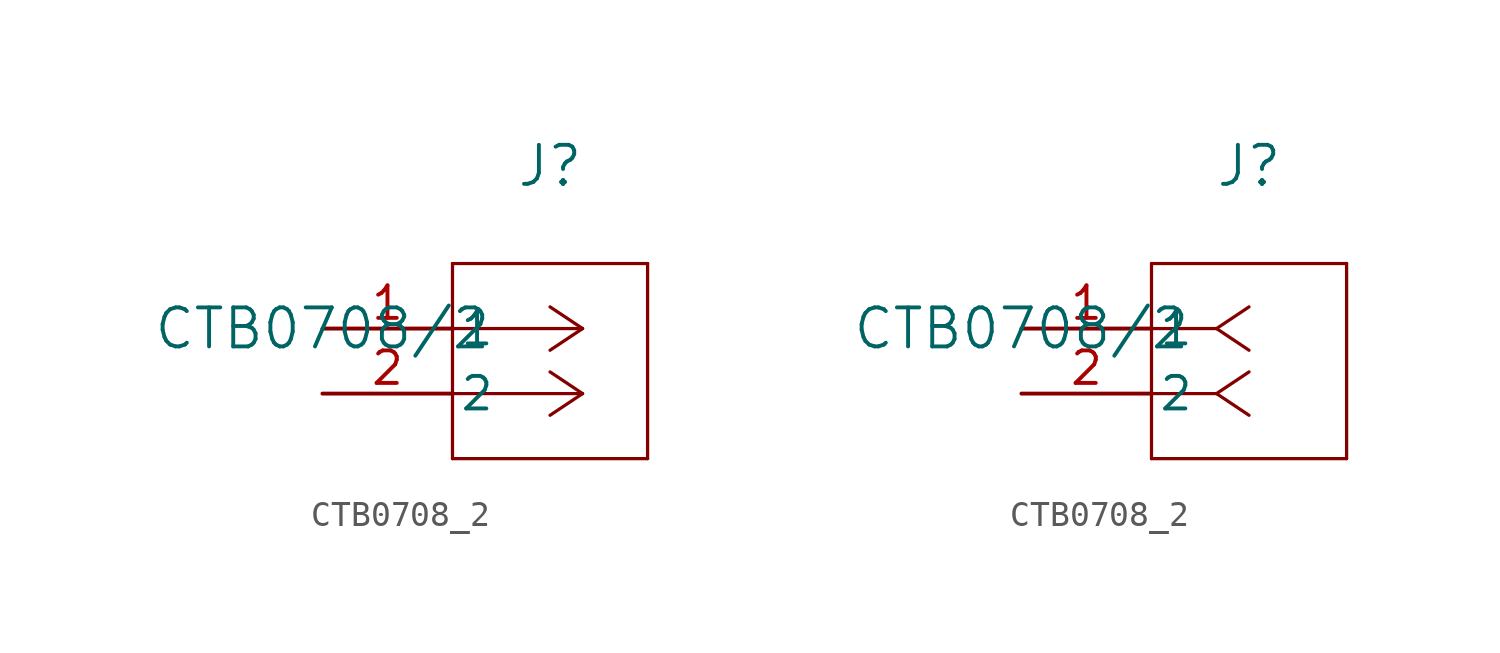
<source format=kicad_sym>
(kicad_symbol_lib
  (version 20211014)
  (generator kicad_symbol_editor)
  (symbol "CTB0708_2"
    (pin_names
      (offset 0.254))
    (property "Reference" "J"
      (at 8.89 6.35 0)
      (effects (font (size 1.524 1.524))))
    (property "Value" "CTB0708/2"
      (at 0 0 0)
      (effects (font (size 1.524 1.524))))
    (symbol "CTB0708_2_1_1"
      (polyline (pts (xy 10.16 0) (xy 5.08 0)) (stroke (width 0.127) (type default) (color 0 0 0 0)) (fill (type none)))
      (polyline (pts (xy 10.16 -2.54) (xy 5.08 -2.54)) (stroke (width 0.127) (type default) (color 0 0 0 0)) (fill (type none)))
      (polyline (pts (xy 10.16 0) (xy 8.89 0.847)) (stroke (width 0.127) (type default) (color 0 0 0 0)) (fill (type none)))
      (polyline (pts (xy 10.16 -2.54) (xy 8.89 -1.693)) (stroke (width 0.127) (type default) (color 0 0 0 0)) (fill (type none)))
      (polyline (pts (xy 10.16 0) (xy 8.89 -0.847)) (stroke (width 0.127) (type default) (color 0 0 0 0)) (fill (type none)))
      (polyline (pts (xy 10.16 -2.54) (xy 8.89 -3.387)) (stroke (width 0.127) (type default) (color 0 0 0 0)) (fill (type none)))
      (polyline (pts (xy 5.08 2.54) (xy 5.08 -5.08)) (stroke (width 0.127) (type default) (color 0 0 0 0)) (fill (type none)))
      (polyline (pts (xy 5.08 -5.08) (xy 12.7 -5.08)) (stroke (width 0.127) (type default) (color 0 0 0 0)) (fill (type none)))
      (polyline (pts (xy 12.7 -5.08) (xy 12.7 2.54)) (stroke (width 0.127) (type default) (color 0 0 0 0)) (fill (type none)))
      (polyline (pts (xy 12.7 2.54) (xy 5.08 2.54)) (stroke (width 0.127) (type default) (color 0 0 0 0)) (fill (type none)))
      (pin unspecified line (at 0 0 0) (length 5.08) (name "1" (effects (font (size 1.27 1.27)))) (number "1" (effects (font (size 1.27 1.27)))))
      (pin unspecified line (at 0 -2.54 0) (length 5.08) (name "2" (effects (font (size 1.27 1.27)))) (number "2" (effects (font (size 1.27 1.27))))))
    (symbol "CTB0708_2_1_2"
      (polyline (pts (xy 7.62 0) (xy 5.08 0)) (stroke (width 0.127) (type default) (color 0 0 0 0)) (fill (type none)))
      (polyline (pts (xy 7.62 -2.54) (xy 5.08 -2.54)) (stroke (width 0.127) (type default) (color 0 0 0 0)) (fill (type none)))
      (polyline (pts (xy 7.62 0) (xy 8.89 0.847)) (stroke (width 0.127) (type default) (color 0 0 0 0)) (fill (type none)))
      (polyline (pts (xy 7.62 -2.54) (xy 8.89 -1.693)) (stroke (width 0.127) (type default) (color 0 0 0 0)) (fill (type none)))
      (polyline (pts (xy 7.62 0) (xy 8.89 -0.847)) (stroke (width 0.127) (type default) (color 0 0 0 0)) (fill (type none)))
      (polyline (pts (xy 7.62 -2.54) (xy 8.89 -3.387)) (stroke (width 0.127) (type default) (color 0 0 0 0)) (fill (type none)))
      (polyline (pts (xy 5.08 2.54) (xy 5.08 -5.08)) (stroke (width 0.127) (type default) (color 0 0 0 0)) (fill (type none)))
      (polyline (pts (xy 5.08 -5.08) (xy 12.7 -5.08)) (stroke (width 0.127) (type default) (color 0 0 0 0)) (fill (type none)))
      (polyline (pts (xy 12.7 -5.08) (xy 12.7 2.54)) (stroke (width 0.127) (type default) (color 0 0 0 0)) (fill (type none)))
      (polyline (pts (xy 12.7 2.54) (xy 5.08 2.54)) (stroke (width 0.127) (type default) (color 0 0 0 0)) (fill (type none)))
      (pin unspecified line (at 0 0 0) (length 5.08) (name "1" (effects (font (size 1.27 1.27)))) (number "1" (effects (font (size 1.27 1.27)))))
      (pin unspecified line (at 0 -2.54 0) (length 5.08) (name "2" (effects (font (size 1.27 1.27)))) (number "2" (effects (font (size 1.27 1.27))))))))
</source>
